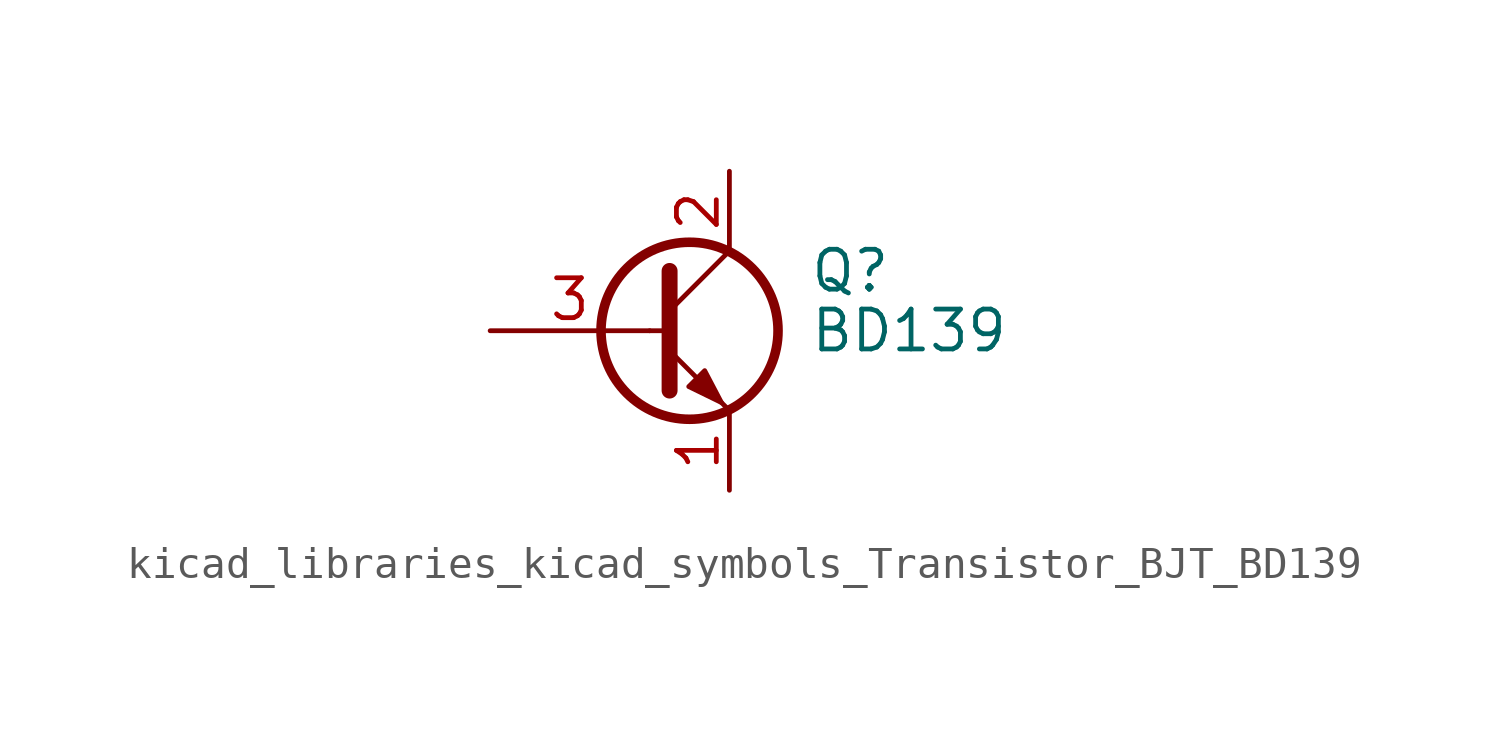
<source format=kicad_sym>
(kicad_symbol_lib
  (version 20220914)
  (generator kicad_symbol_editor)
  (symbol "kicad_libraries_kicad_symbols_Transistor_BJT_BD139"
    (pin_names
      (offset 0) hide)
    (property "Reference" "Q"
      (at 5.08 1.905 0)
      (effects (font (size 1.27 1.27)) (justify left)))
    (property "Value" "BD139"
      (at 5.08 0 0)
      (effects (font (size 1.27 1.27)) (justify left)))
    (symbol "kicad_libraries_kicad_symbols_Transistor_BJT_BD139_0_1"
      (polyline (pts (xy 0 0) (xy 0.635 0)) (stroke (width 0) (type default)) (fill (type none)))
      (polyline (pts (xy 2.54 -2.54) (xy 0.635 -0.635)) (stroke (width 0) (type default)) (fill (type none)))
      (polyline (pts (xy 2.54 2.54) (xy 0.635 0.635)) (stroke (width 0) (type default)) (fill (type none)))
      (polyline (pts (xy 0.635 1.905) (xy 0.635 -1.905) (xy 0.635 -1.905)) (stroke (width 0.508) (type default)) (fill (type outline)))
      (polyline (pts (xy 1.245 -1.778) (xy 1.753 -1.27) (xy 2.286 -2.286) (xy 1.245 -1.778) (xy 1.245 -1.778)) (stroke (width 0) (type default)) (fill (type outline)))
      (circle (center 1.27 0) (radius 2.819) (stroke (width 0.305) (type default)) (fill (type none))))
    (symbol "kicad_libraries_kicad_symbols_Transistor_BJT_BD139_1_1"
      (pin passive line (at 2.54 -5.08 90) (length 2.54) (name "E" (effects (font (size 1.27 1.27)))) (number "1" (effects (font (size 1.27 1.27)))))
      (pin passive line (at 2.54 5.08 270) (length 2.54) (name "C" (effects (font (size 1.27 1.27)))) (number "2" (effects (font (size 1.27 1.27)))))
      (pin input line (at -5.08 0 0) (length 5.08) (name "B" (effects (font (size 1.27 1.27)))) (number "3" (effects (font (size 1.27 1.27))))))))
</source>
